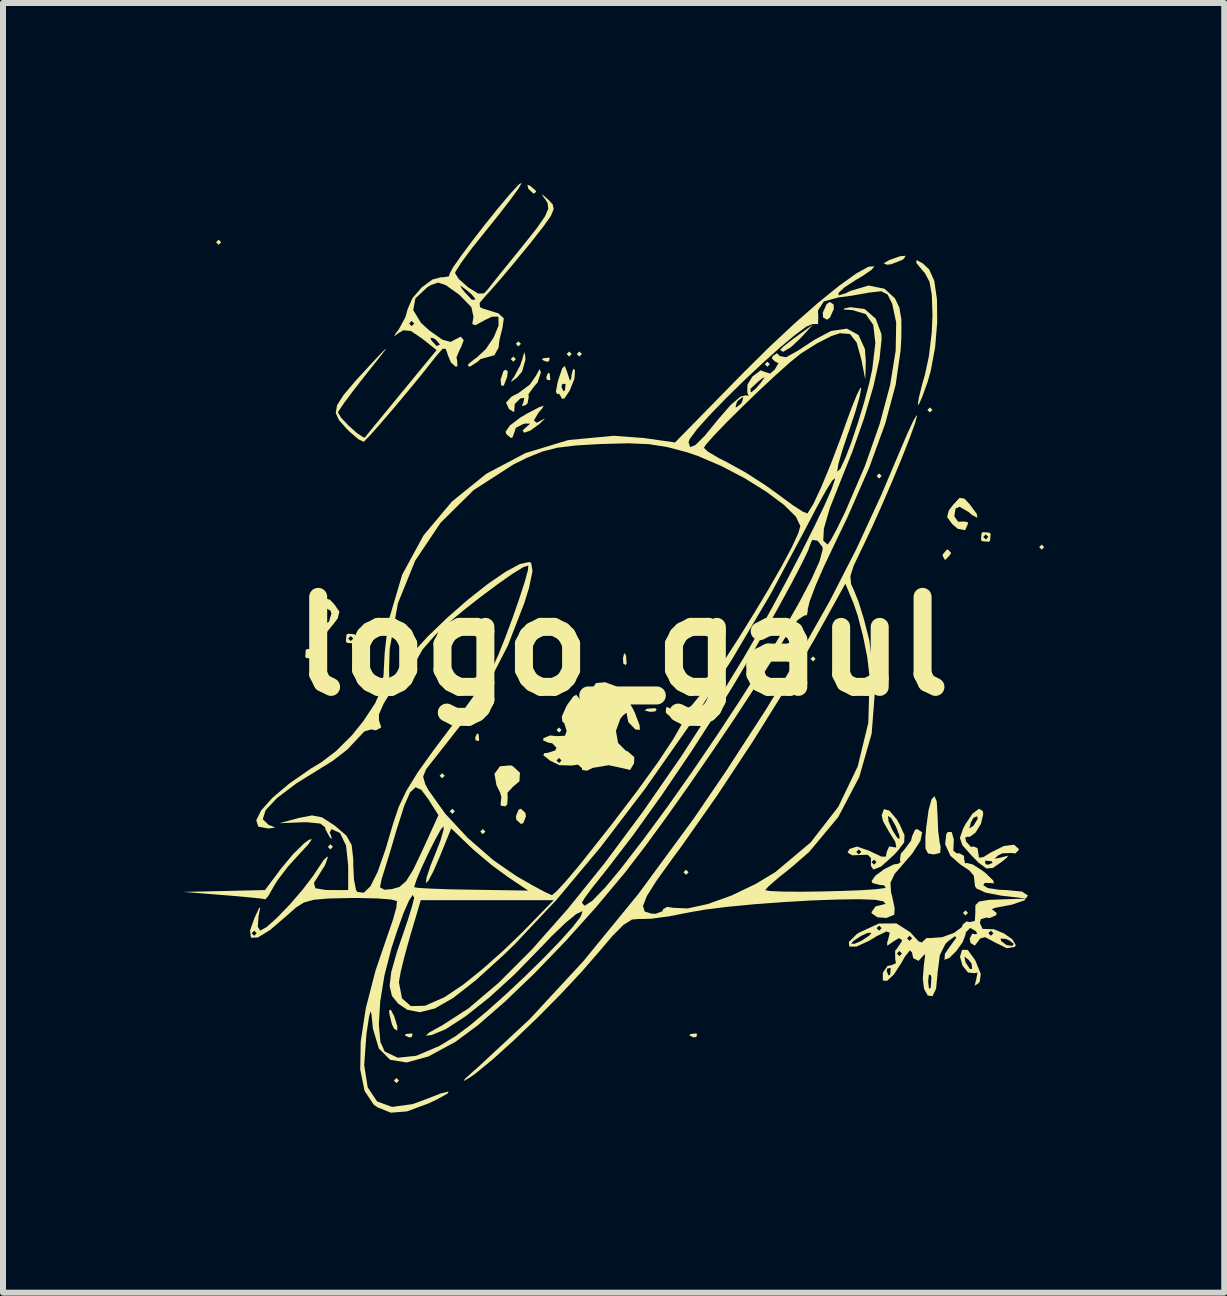
<source format=kicad_pcb>
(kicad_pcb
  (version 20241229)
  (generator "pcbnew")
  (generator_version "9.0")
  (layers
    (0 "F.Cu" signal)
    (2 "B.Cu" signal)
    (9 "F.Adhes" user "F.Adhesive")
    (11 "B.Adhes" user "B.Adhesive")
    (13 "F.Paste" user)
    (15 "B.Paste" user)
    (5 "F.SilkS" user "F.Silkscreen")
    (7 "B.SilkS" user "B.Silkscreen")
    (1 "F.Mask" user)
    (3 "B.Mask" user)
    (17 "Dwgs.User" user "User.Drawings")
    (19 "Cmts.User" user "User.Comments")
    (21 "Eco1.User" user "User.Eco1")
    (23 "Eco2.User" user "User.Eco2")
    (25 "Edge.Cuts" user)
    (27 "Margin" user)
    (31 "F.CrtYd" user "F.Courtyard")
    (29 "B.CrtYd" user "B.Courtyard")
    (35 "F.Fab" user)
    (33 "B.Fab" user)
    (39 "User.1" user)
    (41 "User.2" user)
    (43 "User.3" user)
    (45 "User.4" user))
  (footprint "logo_gaul"
    (layer "F.Cu")
    (at 7.324 7.718)
    (property "Reference" "logo_gaul" (at 0 0 0) (layer "F.SilkS") (effects (font (size 1.5 1.5) (thickness 0.3))))
    (attr board_only exclude_from_pos_files exclude_from_bom)
    (fp_poly (pts (xy 6.731 4.207) (xy 6.719 4.207) (xy 6.72 4.205)) (stroke (width 0) (type solid)) (fill yes) (layer "F.SilkS"))
    (fp_poly (pts (xy -6.689 -6.731) (xy -6.731 -6.689) (xy -6.773 -6.731) (xy -6.731 -6.773)) (stroke (width 0) (type solid)) (fill yes) (layer "F.SilkS"))
    (fp_poly (pts (xy -4.826 3.344) (xy -4.868 3.387) (xy -4.911 3.344) (xy -4.868 3.302)) (stroke (width 0) (type solid)) (fill yes) (layer "F.SilkS"))
    (fp_poly (pts (xy -3.725 7.239) (xy -3.768 7.281) (xy -3.81 7.239) (xy -3.768 7.197)) (stroke (width 0) (type solid)) (fill yes) (layer "F.SilkS"))
    (fp_poly (pts (xy -2.963 2.159) (xy -3.006 2.201) (xy -3.048 2.159) (xy -3.006 2.117)) (stroke (width 0) (type solid)) (fill yes) (layer "F.SilkS"))
    (fp_poly (pts (xy -2.794 2.752) (xy -2.836 2.794) (xy -2.879 2.752) (xy -2.836 2.709)) (stroke (width 0) (type solid)) (fill yes) (layer "F.SilkS"))
    (fp_poly (pts (xy -2.286 3.09) (xy -2.328 3.133) (xy -2.371 3.09) (xy -2.328 3.048)) (stroke (width 0) (type solid)) (fill yes) (layer "F.SilkS"))
    (fp_poly (pts (xy -1.778 -4.784) (xy -1.82 -4.741) (xy -1.863 -4.784) (xy -1.82 -4.826)) (stroke (width 0) (type solid)) (fill yes) (layer "F.SilkS"))
    (fp_poly (pts (xy -1.693 -5.038) (xy -1.736 -4.995) (xy -1.778 -5.038) (xy -1.736 -5.08)) (stroke (width 0) (type solid)) (fill yes) (layer "F.SilkS"))
    (fp_poly (pts (xy -1.016 1.397) (xy -1.058 1.439) (xy -1.101 1.397) (xy -1.058 1.355)) (stroke (width 0) (type solid)) (fill yes) (layer "F.SilkS"))
    (fp_poly (pts (xy -0.847 -4.868) (xy -0.889 -4.826) (xy -0.931 -4.868) (xy -0.889 -4.911)) (stroke (width 0) (type solid)) (fill yes) (layer "F.SilkS"))
    (fp_poly (pts (xy -0.677 -4.868) (xy -0.72 -4.826) (xy -0.762 -4.868) (xy -0.72 -4.911)) (stroke (width 0) (type solid)) (fill yes) (layer "F.SilkS"))
    (fp_poly (pts (xy 1.101 3.768) (xy 1.058 3.81) (xy 1.016 3.768) (xy 1.058 3.725)) (stroke (width 0) (type solid)) (fill yes) (layer "F.SilkS"))
    (fp_poly (pts (xy 2.455 -4.699) (xy 2.413 -4.657) (xy 2.371 -4.699) (xy 2.413 -4.741)) (stroke (width 0) (type solid)) (fill yes) (layer "F.SilkS"))
    (fp_poly (pts (xy 3.217 0.212) (xy 3.175 0.254) (xy 3.133 0.212) (xy 3.175 0.169)) (stroke (width 0) (type solid)) (fill yes) (layer "F.SilkS"))
    (fp_poly (pts (xy 4.318 -2.836) (xy 4.276 -2.794) (xy 4.233 -2.836) (xy 4.276 -2.879)) (stroke (width 0) (type solid)) (fill yes) (layer "F.SilkS"))
    (fp_poly (pts (xy 5.165 -3.937) (xy 5.122 -3.895) (xy 5.08 -3.937) (xy 5.122 -3.979)) (stroke (width 0) (type solid)) (fill yes) (layer "F.SilkS"))
    (fp_poly (pts (xy 5.757 4.445) (xy 5.715 4.487) (xy 5.673 4.445) (xy 5.715 4.403)) (stroke (width 0) (type solid)) (fill yes) (layer "F.SilkS"))
    (fp_poly (pts (xy 7.027 -1.651) (xy 6.985 -1.609) (xy 6.943 -1.651) (xy 6.985 -1.693)) (stroke (width 0) (type solid)) (fill yes) (layer "F.SilkS"))
    (fp_poly (pts (xy -3.5 6.463) (xy -3.511 6.513) (xy -3.556 6.519) (xy -3.626 6.488) (xy -3.612 6.463) (xy -3.512 6.453)) (stroke (width 0) (type solid)) (fill yes) (layer "F.SilkS"))
    (fp_poly (pts (xy -2.399 1.468) (xy -2.389 1.568) (xy -2.399 1.58) (xy -2.449 1.569) (xy -2.455 1.524) (xy -2.424 1.454)) (stroke (width 0) (type solid)) (fill yes) (layer "F.SilkS"))
    (fp_poly (pts (xy -1.214 -4.798) (xy -1.225 -4.747) (xy -1.27 -4.741) (xy -1.34 -4.772) (xy -1.326 -4.798) (xy -1.226 -4.808)) (stroke (width 0) (type solid)) (fill yes) (layer "F.SilkS"))
    (fp_poly (pts (xy -1.214 -4.544) (xy -1.203 -4.443) (xy -1.214 -4.431) (xy -1.264 -4.443) (xy -1.27 -4.487) (xy -1.239 -4.557)) (stroke (width 0) (type solid)) (fill yes) (layer "F.SilkS"))
    (fp_poly (pts (xy 0.058 0.153) (xy 0.068 0.286) (xy 0.051 0.316) (xy 0.013 0.29) (xy 0.007 0.205) (xy 0.027 0.114)) (stroke (width 0) (type solid)) (fill yes) (layer "F.SilkS"))
    (fp_poly (pts (xy 0.57 1.05) (xy 0.544 1.088) (xy 0.459 1.094) (xy 0.368 1.073) (xy 0.407 1.043) (xy 0.54 1.033)) (stroke (width 0) (type solid)) (fill yes) (layer "F.SilkS"))
    (fp_poly (pts (xy 1.242 6.463) (xy 1.23 6.513) (xy 1.185 6.519) (xy 1.116 6.488) (xy 1.129 6.463) (xy 1.229 6.453)) (stroke (width 0) (type solid)) (fill yes) (layer "F.SilkS"))
    (fp_poly (pts (xy -1.912 -4.582) (xy -1.923 -4.487) (xy -1.979 -4.341) (xy -2.021 -4.343) (xy -2.032 -4.44) (xy -1.986 -4.581) (xy -1.955 -4.609)) (stroke (width 0) (type solid)) (fill yes) (layer "F.SilkS"))
    (fp_poly (pts (xy -1.537 -7.67) (xy -1.447 -7.592) (xy -1.439 -7.573) (xy -1.48 -7.538) (xy -1.563 -7.616) (xy -1.574 -7.633) (xy -1.584 -7.691)) (stroke (width 0) (type solid)) (fill yes) (layer "F.SilkS"))
    (fp_poly (pts (xy -5.146 0.055) (xy -5.127 0.077) (xy -5.135 0.188) (xy -5.157 0.207) (xy -5.268 0.199) (xy -5.287 0.177) (xy -5.279 0.066) (xy -5.257 0.047)) (stroke (width 0) (type solid)) (fill yes) (layer "F.SilkS"))
    (fp_poly (pts (xy -3.803 6.172) (xy -3.753 6.335) (xy -3.755 6.408) (xy -3.808 6.373) (xy -3.842 6.304) (xy -3.886 6.128) (xy -3.889 6.068) (xy -3.86 6.059)) (stroke (width 0) (type solid)) (fill yes) (layer "F.SilkS"))
    (fp_poly (pts (xy -1.618 2.778) (xy -1.609 2.836) (xy -1.654 2.949) (xy -1.693 2.963) (xy -1.768 2.895) (xy -1.778 2.836) (xy -1.732 2.724) (xy -1.693 2.709)) (stroke (width 0) (type solid)) (fill yes) (layer "F.SilkS"))
    (fp_poly (pts (xy 0.843 1.077) (xy 0.847 1.101) (xy 0.818 1.183) (xy 0.809 1.185) (xy 0.737 1.126) (xy 0.72 1.101) (xy 0.726 1.023) (xy 0.757 1.016)) (stroke (width 0) (type solid)) (fill yes) (layer "F.SilkS"))
    (fp_poly (pts (xy 3.517 -5.696) (xy 3.521 -5.619) (xy 3.457 -5.476) (xy 3.407 -5.44) (xy 3.341 -5.48) (xy 3.337 -5.557) (xy 3.401 -5.7) (xy 3.451 -5.736)) (stroke (width 0) (type solid)) (fill yes) (layer "F.SilkS"))
    (fp_poly (pts (xy 4.691 -6.459) (xy 4.657 -6.435) (xy 4.476 -6.364) (xy 4.403 -6.357) (xy 4.352 -6.381) (xy 4.445 -6.435) (xy 4.625 -6.498) (xy 4.717 -6.506)) (stroke (width 0) (type solid)) (fill yes) (layer "F.SilkS"))
    (fp_poly (pts (xy 5.474 -1.557) (xy 5.461 -1.524) (xy 5.385 -1.443) (xy 5.371 -1.439) (xy 5.335 -1.505) (xy 5.334 -1.524) (xy 5.399 -1.605) (xy 5.424 -1.609)) (stroke (width 0) (type solid)) (fill yes) (layer "F.SilkS"))
    (fp_poly (pts (xy 2.97 -5.136) (xy 2.802 -4.979) (xy 2.675 -4.905) (xy 2.625 -4.937) (xy 2.625 -4.937) (xy 2.686 -4.998) (xy 2.84 -5.118) (xy 2.9 -5.162) (xy 3.175 -5.361)) (stroke (width 0) (type solid)) (fill yes) (layer "F.SilkS"))
    (fp_poly (pts (xy -1.623 -4.851) (xy -1.618 -4.773) (xy -1.673 -4.577) (xy -1.757 -4.477) (xy -1.857 -4.404) (xy -1.841 -4.443) (xy -1.808 -4.487) (xy -1.705 -4.68) (xy -1.67 -4.784) (xy -1.637 -4.899)) (stroke (width 0) (type solid)) (fill yes) (layer "F.SilkS"))
    (fp_poly (pts (xy 5.236 2.589) (xy 5.249 2.812) (xy 5.26 3.079) (xy 5.287 3.288) (xy 5.301 3.337) (xy 5.294 3.446) (xy 5.186 3.471) (xy 5.091 3.454) (xy 5.048 3.373) (xy 5.047 3.188) (xy 5.06 3.027) (xy 5.1 2.731) (xy 5.15 2.551) (xy 5.199 2.499)) (stroke (width 0) (type solid)) (fill yes) (layer "F.SilkS"))
    (fp_poly (pts (xy -4.469 -0.199) (xy -4.449 -0.177) (xy -4.458 -0.066) (xy -4.48 -0.047) (xy -4.591 -0.055) (xy -4.61 -0.077) (xy -4.606 -0.127) (xy -4.572 -0.127) (xy -4.53 -0.085) (xy -4.487 -0.127) (xy -4.53 -0.169) (xy -4.572 -0.127) (xy -4.606 -0.127) (xy -4.601 -0.188) (xy -4.579 -0.207)) (stroke (width 0) (type solid)) (fill yes) (layer "F.SilkS"))
    (fp_poly (pts (xy 6.115 -1.892) (xy 6.134 -1.87) (xy 6.125 -1.759) (xy 6.103 -1.74) (xy 5.993 -1.749) (xy 5.973 -1.771) (xy 5.977 -1.82) (xy 6.011 -1.82) (xy 6.054 -1.778) (xy 6.096 -1.82) (xy 6.054 -1.863) (xy 6.011 -1.82) (xy 5.977 -1.82) (xy 5.982 -1.881) (xy 6.004 -1.901)) (stroke (width 0) (type solid)) (fill yes) (layer "F.SilkS"))
    (fp_poly (pts (xy -1.831 1.997) (xy -1.71 2.109) (xy -1.718 2.252) (xy -1.825 2.342) (xy -1.917 2.441) (xy -1.914 2.506) (xy -1.921 2.637) (xy -1.951 2.669) (xy -2.026 2.659) (xy -2.032 2.63) (xy -2.021 2.526) (xy -2.018 2.519) (xy -2.041 2.438) (xy -2.101 2.316) (xy -2.134 2.127) (xy -2.043 2.002) (xy -1.866 1.986)) (stroke (width 0) (type solid)) (fill yes) (layer "F.SilkS"))
    (fp_poly (pts (xy -5.235 3.302) (xy -5.363 3.439) (xy -5.575 3.673) (xy -5.75 3.902) (xy -5.81 4) (xy -5.899 4.157) (xy -5.949 4.218) (xy -5.95 4.218) (xy -6.037 4.204) (xy -6.252 4.183) (xy -6.552 4.156) (xy -6.646 4.149) (xy -7.324 4.095) (xy -6.641 4.08) (xy -5.958 4.064) (xy -5.688 3.703) (xy -5.495 3.471) (xy -5.307 3.286) (xy -5.227 3.226) (xy -5.177 3.215)) (stroke (width 0) (type solid)) (fill yes) (layer "F.SilkS"))
    (fp_poly (pts (xy 5.695 -2.461) (xy 5.787 -2.363) (xy 5.903 -2.205) (xy 5.914 -2.139) (xy 5.824 -2.186) (xy 5.766 -2.236) (xy 5.617 -2.324) (xy 5.549 -2.292) (xy 5.529 -2.163) (xy 5.593 -2.073) (xy 5.679 -2.078) (xy 5.752 -2.068) (xy 5.757 -2.042) (xy 5.709 -1.933) (xy 5.588 -1.955) (xy 5.496 -2.032) (xy 5.409 -2.151) (xy 5.436 -2.26) (xy 5.504 -2.35) (xy 5.615 -2.471)) (stroke (width 0) (type solid)) (fill yes) (layer "F.SilkS"))
    (fp_poly (pts (xy -4.875 -0.773) (xy -4.804 -0.699) (xy -4.718 -0.575) (xy -4.746 -0.464) (xy -4.814 -0.373) (xy -4.958 -0.196) (xy -5.091 -0.373) (xy -5.149 -0.472) (xy -5.055 -0.472) (xy -5.038 -0.423) (xy -4.944 -0.373) (xy -4.892 -0.409) (xy -4.851 -0.544) (xy -4.868 -0.593) (xy -4.962 -0.643) (xy -5.014 -0.607) (xy -5.055 -0.472) (xy -5.149 -0.472) (xy -5.176 -0.518) (xy -5.145 -0.626) (xy -5.08 -0.699) (xy -4.964 -0.8)) (stroke (width 0) (type solid)) (fill yes) (layer "F.SilkS"))
    (fp_poly (pts (xy -1.36 -4.563) (xy -1.36 -4.561) (xy -1.416 -4.394) (xy -1.481 -4.319) (xy -1.566 -4.202) (xy -1.564 -4.145) (xy -1.583 -4.046) (xy -1.62 -4.014) (xy -1.679 -4.002) (xy -1.652 -4.062) (xy -1.637 -4.138) (xy -1.703 -4.128) (xy -1.796 -4.037) (xy -1.799 -3.99) (xy -1.806 -3.899) (xy -1.891 -3.951) (xy -1.942 -4.059) (xy -1.848 -4.16) (xy -1.733 -4.219) (xy -1.543 -4.361) (xy -1.442 -4.508) (xy -1.383 -4.618)) (stroke (width 0) (type solid)) (fill yes) (layer "F.SilkS"))
    (fp_poly (pts (xy 5.004 -6.378) (xy 5.109 -6.28) (xy 5.195 -6.088) (xy 5.24 -5.777) (xy 5.244 -5.392) (xy 5.209 -4.979) (xy 5.135 -4.582) (xy 5.084 -4.403) (xy 5 -4.17) (xy 4.941 -4.034) (xy 4.92 -4.022) (xy 4.939 -4.146) (xy 4.995 -4.371) (xy 5.039 -4.522) (xy 5.106 -4.836) (xy 5.152 -5.223) (xy 5.165 -5.517) (xy 5.154 -5.855) (xy 5.115 -6.073) (xy 5.037 -6.219) (xy 4.995 -6.265) (xy 4.897 -6.385) (xy 4.898 -6.435) (xy 4.898 -6.435)) (stroke (width 0) (type solid)) (fill yes) (layer "F.SilkS"))
    (fp_poly (pts (xy -1.342 -3.957) (xy -1.397 -3.895) (xy -1.477 -3.762) (xy -1.431 -3.722) (xy -1.306 -3.789) (xy -1.296 -3.789) (xy -1.383 -3.704) (xy -1.54 -3.591) (xy -1.639 -3.557) (xy -1.665 -3.595) (xy -1.609 -3.647) (xy -1.538 -3.709) (xy -1.617 -3.71) (xy -1.651 -3.704) (xy -1.779 -3.638) (xy -1.799 -3.572) (xy -1.833 -3.479) (xy -1.863 -3.471) (xy -1.941 -3.538) (xy -1.947 -3.577) (xy -1.878 -3.677) (xy -1.704 -3.809) (xy -1.595 -3.874) (xy -1.39 -3.982) (xy -1.313 -4.009)) (stroke (width 0) (type solid)) (fill yes) (layer "F.SilkS"))
    (fp_poly (pts (xy 5.872 5.226) (xy 5.884 5.249) (xy 5.97 5.462) (xy 5.952 5.591) (xy 5.929 5.619) (xy 5.867 5.659) (xy 5.891 5.561) (xy 5.894 5.553) (xy 5.915 5.44) (xy 5.861 5.449) (xy 5.757 5.438) (xy 5.666 5.324) (xy 5.623 5.175) (xy 5.624 5.173) (xy 5.697 5.173) (xy 5.714 5.258) (xy 5.72 5.274) (xy 5.788 5.378) (xy 5.826 5.379) (xy 5.816 5.289) (xy 5.768 5.227) (xy 5.697 5.173) (xy 5.624 5.173) (xy 5.658 5.061) (xy 5.752 5.061)) (stroke (width 0) (type solid)) (fill yes) (layer "F.SilkS"))
    (fp_poly (pts (xy -0.924 -4.572) (xy -0.919 -4.554) (xy -0.876 -4.426) (xy -0.856 -4.457) (xy -0.848 -4.53) (xy -0.821 -4.624) (xy -0.792 -4.598) (xy -0.801 -4.459) (xy -0.878 -4.264) (xy -0.88 -4.26) (xy -0.967 -4.13) (xy -1.011 -4.121) (xy -1.013 -4.132) (xy -1.056 -4.207) (xy -1.087 -4.199) (xy -1.111 -4.24) (xy -1.096 -4.318) (xy -1.016 -4.318) (xy -0.985 -4.248) (xy -0.96 -4.262) (xy -0.949 -4.362) (xy -0.96 -4.374) (xy -1.01 -4.363) (xy -1.016 -4.318) (xy -1.096 -4.318) (xy -1.082 -4.395) (xy -1.066 -4.451) (xy -1.003 -4.634) (xy -0.963 -4.669)) (stroke (width 0) (type solid)) (fill yes) (layer "F.SilkS"))
    (fp_poly (pts (xy 5.486 3.098) (xy 5.521 3.22) (xy 5.513 3.408) (xy 5.568 3.453) (xy 5.609 3.45) (xy 5.691 3.493) (xy 5.692 3.541) (xy 5.707 3.619) (xy 5.734 3.613) (xy 5.834 3.636) (xy 6.002 3.744) (xy 6.054 3.785) (xy 6.177 3.905) (xy 6.19 3.955) (xy 6.16 3.949) (xy 6.037 3.944) (xy 6.011 3.982) (xy 6.087 4.031) (xy 6.279 4.06) (xy 6.399 4.064) (xy 6.656 4.09) (xy 6.756 4.155) (xy 6.72 4.205) (xy 6.308 4.157) (xy 6.05 4.107) (xy 5.897 4.037) (xy 5.874 4) (xy 5.856 3.847) (xy 5.853 3.824) (xy 5.778 3.736) (xy 5.637 3.644) (xy 5.464 3.493) (xy 5.376 3.301) (xy 5.395 3.13) (xy 5.421 3.096)) (stroke (width 0) (type solid)) (fill yes) (layer "F.SilkS"))
    (fp_poly (pts (xy 4.449 2.742) (xy 4.571 2.888) (xy 4.619 2.973) (xy 4.699 3.149) (xy 4.693 3.271) (xy 4.586 3.411) (xy 4.521 3.481) (xy 4.309 3.672) (xy 4.18 3.722) (xy 4.139 3.662) (xy 4.139 3.598) (xy 4.149 3.598) (xy 4.191 3.641) (xy 4.233 3.598) (xy 4.191 3.556) (xy 4.149 3.598) (xy 4.139 3.598) (xy 4.14 3.531) (xy 4.086 3.477) (xy 4.044 3.477) (xy 3.827 3.485) (xy 3.75 3.439) (xy 3.755 3.429) (xy 3.895 3.429) (xy 3.937 3.471) (xy 3.979 3.429) (xy 3.937 3.387) (xy 3.895 3.429) (xy 3.755 3.429) (xy 3.783 3.379) (xy 3.907 3.339) (xy 4.114 3.411) (xy 4.139 3.424) (xy 4.315 3.507) (xy 4.388 3.507) (xy 4.403 3.426) (xy 4.443 3.337) (xy 4.487 3.344) (xy 4.562 3.356) (xy 4.546 3.263) (xy 4.445 3.099) (xy 4.442 3.095) (xy 4.344 2.923) (xy 4.32 2.829) (xy 4.424 2.829) (xy 4.433 2.918) (xy 4.497 3.065) (xy 4.575 3.188) (xy 4.615 3.217) (xy 4.613 3.152) (xy 4.556 3.005) (xy 4.476 2.863) (xy 4.424 2.829) (xy 4.32 2.829) (xy 4.318 2.82) (xy 4.356 2.715)) (stroke (width 0) (type solid)) (fill yes) (layer "F.SilkS"))
    (fp_poly (pts (xy 6.005 2.748) (xy 6.011 2.8) (xy 5.972 2.961) (xy 5.882 3.108) (xy 5.784 3.179) (xy 5.754 3.173) (xy 5.71 3.191) (xy 5.725 3.255) (xy 5.804 3.344) (xy 5.851 3.339) (xy 5.915 3.365) (xy 5.927 3.434) (xy 5.94 3.525) (xy 6.011 3.515) (xy 6.135 3.439) (xy 6.355 3.33) (xy 6.525 3.309) (xy 6.603 3.38) (xy 6.604 3.396) (xy 6.544 3.455) (xy 6.49 3.446) (xy 6.329 3.452) (xy 6.258 3.487) (xy 6.199 3.542) (xy 6.288 3.527) (xy 6.308 3.521) (xy 6.425 3.491) (xy 6.405 3.525) (xy 6.313 3.598) (xy 6.17 3.696) (xy 6.063 3.704) (xy 5.934 3.609) (xy 5.91 3.584) (xy 6.04 3.584) (xy 6.051 3.635) (xy 6.096 3.641) (xy 6.166 3.61) (xy 6.152 3.584) (xy 6.052 3.574) (xy 6.04 3.584) (xy 5.91 3.584) (xy 5.809 3.481) (xy 5.662 3.315) (xy 5.622 3.195) (xy 5.673 3.047) (xy 5.677 3.037) (xy 5.779 3.037) (xy 5.841 2.997) (xy 5.853 2.986) (xy 5.919 2.875) (xy 5.91 2.834) (xy 5.847 2.86) (xy 5.805 2.939) (xy 5.779 3.037) (xy 5.677 3.037) (xy 5.71 2.973) (xy 5.832 2.79) (xy 5.941 2.709)) (stroke (width 0) (type solid)) (fill yes) (layer "F.SilkS"))
    (fp_poly (pts (xy -0.102 0.671) (xy -0.061 0.699) (xy 0.062 0.844) (xy 0.187 1.069) (xy 0.209 1.119) (xy 0.284 1.317) (xy 0.289 1.395) (xy 0.223 1.389) (xy 0.212 1.385) (xy 0.098 1.268) (xy 0.082 1.197) (xy 0.067 1.109) (xy 0.006 1.156) (xy -0.036 1.21) (xy -0.11 1.412) (xy -0.074 1.613) (xy 0.057 1.744) (xy 0.088 1.754) (xy 0.196 1.849) (xy 0.192 1.953) (xy 0.126 2.063) (xy 0.001 2.033) (xy -0.231 1.984) (xy -0.494 2.028) (xy -0.593 2.075) (xy -0.671 2.064) (xy -0.677 2.031) (xy -0.743 1.974) (xy -0.846 1.989) (xy -1.049 1.983) (xy -1.203 1.91) (xy -1.21 1.905) (xy -1.101 1.905) (xy -1.058 1.947) (xy -1.016 1.905) (xy -1.058 1.863) (xy -1.101 1.905) (xy -1.21 1.905) (xy -1.321 1.816) (xy -1.3 1.781) (xy -1.247 1.778) (xy -1.122 1.738) (xy -1.101 1.693) (xy -1.17 1.619) (xy -1.233 1.609) (xy -1.323 1.571) (xy -1.317 1.532) (xy -1.208 1.488) (xy -1.101 1.499) (xy -0.96 1.493) (xy -0.931 1.414) (xy -0.971 1.282) (xy -1.003 1.256) (xy -1.012 1.174) (xy -0.94 1.01) (xy -0.919 0.974) (xy -0.818 0.835) (xy -0.765 0.808) (xy -0.762 0.823) (xy -0.701 0.888) (xy -0.635 0.877) (xy -0.522 0.771) (xy -0.508 0.711) (xy -0.443 0.615) (xy -0.288 0.601)) (stroke (width 0) (type solid)) (fill yes) (layer "F.SilkS"))
    (fp_poly (pts (xy 4.907 -3.841) (xy 4.876 -3.719) (xy 4.789 -3.478) (xy 4.661 -3.152) (xy 4.506 -2.776) (xy 4.337 -2.383) (xy 4.17 -2.009) (xy 4.019 -1.689) (xy 3.981 -1.611) (xy 3.852 -1.341) (xy 3.797 -1.167) (xy 3.808 -1.037) (xy 3.857 -0.929) (xy 3.932 -0.743) (xy 4.022 -0.453) (xy 4.108 -0.117) (xy 4.113 -0.096) (xy 4.211 0.689) (xy 4.152 1.456) (xy 3.944 2.182) (xy 3.595 2.847) (xy 3.111 3.428) (xy 2.821 3.68) (xy 2.597 3.86) (xy 2.437 3.999) (xy 2.377 4.064) (xy 2.452 4.08) (xy 2.656 4.089) (xy 2.95 4.092) (xy 3.293 4.088) (xy 3.647 4.079) (xy 3.97 4.067) (xy 4.224 4.05) (xy 4.369 4.031) (xy 4.386 4.024) (xy 4.358 3.986) (xy 4.29 3.979) (xy 4.168 3.948) (xy 4.149 3.915) (xy 4.215 3.823) (xy 4.364 3.714) (xy 4.522 3.636) (xy 4.599 3.625) (xy 4.634 3.593) (xy 4.622 3.568) (xy 4.637 3.458) (xy 4.7 3.386) (xy 4.807 3.242) (xy 4.826 3.165) (xy 4.875 3.059) (xy 4.911 3.048) (xy 4.993 3.102) (xy 4.963 3.246) (xy 4.829 3.455) (xy 4.706 3.597) (xy 4.534 3.796) (xy 4.465 3.943) (xy 4.475 4.101) (xy 4.493 4.169) (xy 4.534 4.362) (xy 4.529 4.473) (xy 4.526 4.476) (xy 4.398 4.529) (xy 4.245 4.517) (xy 4.152 4.451) (xy 4.149 4.431) (xy 4.218 4.335) (xy 4.297 4.317) (xy 4.384 4.294) (xy 4.348 4.253) (xy 4.215 4.227) (xy 3.947 4.217) (xy 3.577 4.222) (xy 3.139 4.238) (xy 2.666 4.266) (xy 2.191 4.301) (xy 1.747 4.344) (xy 1.369 4.391) (xy 1.101 4.438) (xy 0.768 4.503) (xy 0.478 4.542) (xy 0.289 4.547) (xy 0.275 4.545) (xy 0.156 4.556) (xy 0.016 4.644) (xy -0.171 4.832) (xy -0.381 5.08) (xy -0.677 5.421) (xy -1.035 5.804) (xy -1.423 6.196) (xy -1.81 6.567) (xy -2.163 6.886) (xy -2.45 7.121) (xy -2.54 7.184) (xy -2.648 7.248) (xy -2.625 7.209) (xy -2.472 7.071) (xy -2.413 7.02) (xy -1.545 6.213) (xy -0.651 5.247) (xy 0.098 4.331) (xy 0.341 4.331) (xy 0.37 4.422) (xy 0.486 4.457) (xy 0.554 4.459) (xy 0.664 4.417) (xy 0.677 4.383) (xy 0.744 4.344) (xy 0.847 4.36) (xy 1.086 4.37) (xy 1.421 4.297) (xy 1.814 4.156) (xy 2.221 3.961) (xy 2.546 3.765) (xy 3.135 3.27) (xy 3.596 2.676) (xy 3.919 2.004) (xy 4.096 1.275) (xy 4.117 0.51) (xy 4.078 0.183) (xy 4.007 -0.17) (xy 3.92 -0.506) (xy 3.848 -0.718) (xy 3.713 -1.041) (xy 3.206 -0.128) (xy 2.723 0.703) (xy 2.165 1.598) (xy 1.571 2.497) (xy 0.979 3.34) (xy 0.831 3.54) (xy 0.566 3.909) (xy 0.404 4.166) (xy 0.341 4.331) (xy 0.098 4.331) (xy 0.262 4.131) (xy 1.187 2.872) (xy 1.73 2.074) (xy 2.391 1.054) (xy 2.959 0.123) (xy 3.455 -0.757) (xy 3.898 -1.622) (xy 4.308 -2.511) (xy 4.624 -3.256) (xy 4.748 -3.547) (xy 4.844 -3.753) (xy 4.899 -3.846)) (stroke (width 0) (type solid)) (fill yes) (layer "F.SilkS"))
    (fp_poly (pts (xy 6.699 4.235) (xy 6.488 4.308) (xy 6.386 4.327) (xy 6.206 4.361) (xy 6.147 4.386) (xy 6.164 4.391) (xy 6.236 4.447) (xy 6.225 4.484) (xy 6.115 4.532) (xy 6.065 4.522) (xy 5.97 4.55) (xy 5.955 4.613) (xy 6 4.711) (xy 6.047 4.713) (xy 6.187 4.717) (xy 6.355 4.786) (xy 6.495 4.884) (xy 6.552 4.98) (xy 6.538 5.01) (xy 6.403 5.033) (xy 6.217 4.942) (xy 6.086 4.872) (xy 6.301 4.872) (xy 6.308 4.912) (xy 6.399 4.982) (xy 6.496 4.994) (xy 6.519 4.962) (xy 6.453 4.908) (xy 6.388 4.878) (xy 6.301 4.872) (xy 6.086 4.872) (xy 6.041 4.849) (xy 5.956 4.872) (xy 5.947 4.891) (xy 5.87 4.99) (xy 5.798 4.946) (xy 5.786 4.872) (xy 5.828 4.791) (xy 5.869 4.8) (xy 5.911 4.796) (xy 5.905 4.784) (xy 6.096 4.784) (xy 6.138 4.826) (xy 6.181 4.784) (xy 6.138 4.741) (xy 6.096 4.784) (xy 5.905 4.784) (xy 5.889 4.749) (xy 5.793 4.695) (xy 5.72 4.77) (xy 5.714 4.812) (xy 5.668 4.932) (xy 5.563 5.079) (xy 5.447 5.195) (xy 5.367 5.226) (xy 5.365 5.224) (xy 5.372 5.127) (xy 5.461 4.996) (xy 5.561 4.861) (xy 5.542 4.832) (xy 5.425 4.918) (xy 5.382 4.959) (xy 5.288 5.148) (xy 5.25 5.442) (xy 5.249 5.467) (xy 5.225 5.708) (xy 5.165 5.833) (xy 5.086 5.821) (xy 5.025 5.712) (xy 5.009 5.588) (xy 5.093 5.588) (xy 5.107 5.708) (xy 5.136 5.694) (xy 5.147 5.52) (xy 5.136 5.482) (xy 5.105 5.472) (xy 5.093 5.588) (xy 5.009 5.588) (xy 5.004 5.541) (xy 5.022 5.31) (xy 5.042 5.157) (xy 5.031 5.131) (xy 5.025 5.144) (xy 4.933 5.244) (xy 4.845 5.2) (xy 4.822 5.101) (xy 4.789 5.069) (xy 4.703 5.178) (xy 4.651 5.271) (xy 4.521 5.472) (xy 4.408 5.577) (xy 4.338 5.571) (xy 4.338 5.44) (xy 4.353 5.419) (xy 4.403 5.419) (xy 4.434 5.488) (xy 4.459 5.475) (xy 4.469 5.375) (xy 4.459 5.362) (xy 4.409 5.374) (xy 4.403 5.419) (xy 4.353 5.419) (xy 4.416 5.327) (xy 4.482 5.316) (xy 4.556 5.283) (xy 4.544 5.213) (xy 4.543 5.122) (xy 4.572 5.122) (xy 4.614 5.165) (xy 4.657 5.122) (xy 4.614 5.08) (xy 4.572 5.122) (xy 4.543 5.122) (xy 4.543 5.075) (xy 4.576 5.035) (xy 4.654 4.918) (xy 4.657 4.895) (xy 4.61 4.868) (xy 4.741 4.868) (xy 4.784 4.911) (xy 4.826 4.868) (xy 4.784 4.826) (xy 4.741 4.868) (xy 4.61 4.868) (xy 4.606 4.866) (xy 4.514 4.921) (xy 4.412 4.992) (xy 4.409 4.939) (xy 4.426 4.889) (xy 4.453 4.775) (xy 4.397 4.755) (xy 4.237 4.832) (xy 4.102 4.913) (xy 3.897 5.007) (xy 3.778 5.005) (xy 3.774 4.959) (xy 3.81 4.959) (xy 3.872 4.958) (xy 3.979 4.911) (xy 4.112 4.823) (xy 4.149 4.778) (xy 4.086 4.778) (xy 3.979 4.826) (xy 3.846 4.913) (xy 3.81 4.959) (xy 3.774 4.959) (xy 3.772 4.929) (xy 3.903 4.799) (xy 3.937 4.776) (xy 4.104 4.699) (xy 4.233 4.699) (xy 4.276 4.741) (xy 4.318 4.699) (xy 4.276 4.657) (xy 4.233 4.699) (xy 4.104 4.699) (xy 4.272 4.622) (xy 4.565 4.62) (xy 4.799 4.77) (xy 4.822 4.797) (xy 4.936 4.921) (xy 4.994 4.939) (xy 4.995 4.93) (xy 5.063 4.865) (xy 5.144 4.863) (xy 5.328 4.849) (xy 5.522 4.779) (xy 5.652 4.683) (xy 5.673 4.634) (xy 5.734 4.587) (xy 5.787 4.598) (xy 5.871 4.579) (xy 5.879 4.438) (xy 5.88 4.317) (xy 5.941 4.255) (xy 6.105 4.228) (xy 6.294 4.22) (xy 6.719 4.207)) (stroke (width 0) (type solid)) (fill yes) (layer "F.SilkS"))
    (fp_poly (pts (xy -1.738 -7.62) (xy -1.874 -7.433) (xy -2.073 -7.176) (xy -2.301 -6.893) (xy -2.518 -6.621) (xy -2.685 -6.395) (xy -2.779 -6.248) (xy -2.791 -6.216) (xy -2.727 -6.117) (xy -2.576 -5.983) (xy -2.567 -5.977) (xy -2.404 -5.875) (xy -2.308 -5.88) (xy -2.252 -5.938) (xy -2.159 -6.056) (xy -1.989 -6.268) (xy -1.771 -6.537) (xy -1.662 -6.672) (xy -1.429 -6.965) (xy -1.293 -7.161) (xy -1.237 -7.291) (xy -1.248 -7.383) (xy -1.277 -7.43) (xy -1.347 -7.528) (xy -1.314 -7.509) (xy -1.231 -7.434) (xy -1.163 -7.361) (xy -1.147 -7.282) (xy -1.195 -7.168) (xy -1.323 -6.987) (xy -1.542 -6.709) (xy -1.572 -6.672) (xy -1.816 -6.375) (xy -2.042 -6.107) (xy -2.214 -5.911) (xy -2.262 -5.86) (xy -2.381 -5.721) (xy -2.376 -5.65) (xy -2.327 -5.627) (xy -2.129 -5.565) (xy -2.068 -5.546) (xy -1.978 -5.462) (xy -1.999 -5.313) (xy -2.052 -5.096) (xy -2.066 -4.974) (xy -2.136 -4.848) (xy -2.214 -4.826) (xy -2.369 -4.783) (xy -2.413 -4.741) (xy -2.536 -4.662) (xy -2.566 -4.659) (xy -2.574 -4.697) (xy -2.462 -4.788) (xy -2.436 -4.804) (xy -2.279 -4.949) (xy -2.146 -5.147) (xy -2.066 -5.343) (xy -2.068 -5.48) (xy -2.078 -5.493) (xy -2.176 -5.49) (xy -2.289 -5.437) (xy -2.45 -5.348) (xy -2.504 -5.367) (xy -2.484 -5.489) (xy -2.519 -5.649) (xy -2.707 -5.844) (xy -2.749 -5.877) (xy -2.938 -6.011) (xy -2.704 -6.011) (xy -2.683 -5.967) (xy -2.635 -5.905) (xy -2.512 -5.774) (xy -2.457 -5.774) (xy -2.455 -5.789) (xy -2.513 -5.86) (xy -2.603 -5.937) (xy -2.704 -6.011) (xy -2.938 -6.011) (xy -2.946 -6.016) (xy -3.073 -6.059) (xy -3.192 -6.019) (xy -3.252 -5.982) (xy -3.452 -5.796) (xy -3.488 -5.601) (xy -3.358 -5.387) (xy -3.219 -5.261) (xy -3.001 -5.107) (xy -2.864 -5.07) (xy -2.807 -5.101) (xy -2.695 -5.158) (xy -2.646 -5.098) (xy -2.696 -4.969) (xy -2.705 -4.959) (xy -2.767 -4.814) (xy -2.754 -4.745) (xy -2.752 -4.664) (xy -2.779 -4.657) (xy -2.86 -4.728) (xy -2.907 -4.842) (xy -2.946 -4.955) (xy -2.999 -4.955) (xy -3.106 -4.833) (xy -3.148 -4.779) (xy -3.339 -4.538) (xy -3.566 -4.261) (xy -3.803 -3.978) (xy -4.022 -3.723) (xy -4.197 -3.525) (xy -4.301 -3.417) (xy -4.315 -3.406) (xy -4.401 -3.448) (xy -4.552 -3.577) (xy -4.609 -3.636) (xy -4.726 -3.768) (xy -4.779 -3.884) (xy -4.758 -4.013) (xy -4.652 -4.182) (xy -4.45 -4.421) (xy -4.194 -4.699) (xy -4.02 -4.884) (xy -3.942 -4.962) (xy -3.962 -4.926) (xy -4.083 -4.77) (xy -4.271 -4.534) (xy -4.48 -4.267) (xy -4.642 -4.05) (xy -4.731 -3.917) (xy -4.741 -3.893) (xy -4.689 -3.806) (xy -4.566 -3.676) (xy -4.425 -3.551) (xy -4.318 -3.479) (xy -4.293 -3.478) (xy -4.232 -3.554) (xy -4.086 -3.733) (xy -3.879 -3.985) (xy -3.683 -4.224) (xy -3.099 -4.934) (xy -3.345 -5.13) (xy -3.361 -5.14) (xy -3.204 -5.14) (xy -3.183 -5.093) (xy -3.098 -5.002) (xy -3.049 -5.021) (xy -3.048 -5.033) (xy -3.108 -5.104) (xy -3.146 -5.13) (xy -3.204 -5.14) (xy -3.361 -5.14) (xy -3.528 -5.253) (xy -3.653 -5.264) (xy -3.722 -5.224) (xy -3.806 -5.164) (xy -3.78 -5.213) (xy -3.729 -5.279) (xy -3.676 -5.376) (xy -3.556 -5.376) (xy -3.514 -5.334) (xy -3.471 -5.376) (xy -3.514 -5.419) (xy -3.556 -5.376) (xy -3.676 -5.376) (xy -3.617 -5.486) (xy -3.581 -5.617) (xy -3.502 -5.798) (xy -3.347 -5.978) (xy -3.166 -6.111) (xy -3.012 -6.151) (xy -2.995 -6.146) (xy -2.893 -6.163) (xy -2.879 -6.211) (xy -2.829 -6.305) (xy -2.697 -6.496) (xy -2.509 -6.747) (xy -2.293 -7.026) (xy -2.075 -7.297) (xy -1.882 -7.527) (xy -1.739 -7.682) (xy -1.715 -7.705) (xy -1.68 -7.718)) (stroke (width 0) (type solid)) (fill yes) (layer "F.SilkS"))
    (fp_poly (pts (xy 4.152 -6.273) (xy 3.997 -6.167) (xy 3.888 -6.103) (xy 3.698 -5.979) (xy 3.599 -5.886) (xy 3.602 -5.845) (xy 3.719 -5.881) (xy 3.797 -5.92) (xy 4.1 -6.01) (xy 4.366 -5.956) (xy 4.54 -5.796) (xy 4.613 -5.643) (xy 4.647 -5.442) (xy 4.647 -5.147) (xy 4.634 -4.929) (xy 4.552 -4.358) (xy 4.379 -3.713) (xy 4.112 -2.978) (xy 3.743 -2.137) (xy 3.541 -1.718) (xy 3.359 -1.334) (xy 3.214 -1.001) (xy 3.119 -0.749) (xy 3.085 -0.61) (xy 3.088 -0.596) (xy 3.074 -0.519) (xy 3.024 -0.508) (xy 2.922 -0.439) (xy 2.782 -0.26) (xy 2.672 -0.079) (xy 2.475 0.258) (xy 2.198 0.698) (xy 1.863 1.211) (xy 1.491 1.762) (xy 1.105 2.322) (xy 0.725 2.859) (xy 0.374 3.339) (xy 0.072 3.733) (xy 0.044 3.769) (xy -0.44 4.348) (xy -0.952 4.918) (xy -1.467 5.452) (xy -1.96 5.925) (xy -2.406 6.313) (xy -2.778 6.589) (xy -2.786 6.594) (xy -3.234 6.837) (xy -3.597 6.937) (xy -3.873 6.893) (xy -4.061 6.705) (xy -4.159 6.375) (xy -4.166 6.308) (xy -4.167 6.302) (xy -4.061 6.302) (xy -4.035 6.595) (xy -3.962 6.756) (xy -3.745 6.858) (xy -3.438 6.826) (xy -3.054 6.663) (xy -2.783 6.499) (xy -2.548 6.324) (xy -2.262 6.085) (xy -1.947 5.804) (xy -1.624 5.501) (xy -1.317 5.199) (xy -1.045 4.918) (xy -0.832 4.681) (xy -0.699 4.509) (xy -0.667 4.423) (xy -0.674 4.418) (xy -0.77 4.463) (xy -0.949 4.61) (xy -1.182 4.834) (xy -1.37 5.03) (xy -1.799 5.47) (xy -2.221 5.855) (xy -2.613 6.166) (xy -2.947 6.383) (xy -3.184 6.481) (xy -3.278 6.49) (xy -3.222 6.438) (xy -3.013 6.323) (xy -3.006 6.319) (xy -2.565 6.034) (xy -2.064 5.609) (xy -1.512 5.056) (xy -0.921 4.388) (xy -0.829 4.274) (xy -0.677 4.274) (xy -0.633 4.327) (xy -0.502 4.242) (xy -0.29 4.022) (xy -0.05 3.735) (xy 0.345 3.224) (xy 0.757 2.665) (xy 1.173 2.074) (xy 1.583 1.471) (xy 1.976 0.873) (xy 2.339 0.297) (xy 2.663 -0.237) (xy 2.936 -0.714) (xy 3.147 -1.114) (xy 3.284 -1.419) (xy 3.336 -1.613) (xy 3.331 -1.654) (xy 3.25 -1.758) (xy 3.162 -1.771) (xy 3.133 -1.708) (xy 3.092 -1.592) (xy 2.978 -1.358) (xy 2.808 -1.032) (xy 2.595 -0.642) (xy 2.354 -0.213) (xy 2.1 0.226) (xy 1.849 0.65) (xy 1.644 0.984) (xy 1.155 1.742) (xy 0.659 2.475) (xy 0.182 3.142) (xy -0.249 3.704) (xy -0.31 3.781) (xy -0.494 4.012) (xy -0.626 4.189) (xy -0.677 4.274) (xy -0.677 4.274) (xy -0.829 4.274) (xy -0.3 3.618) (xy 0.339 2.759) (xy 0.987 1.824) (xy 1.632 0.825) (xy 2.028 0.177) (xy 2.257 -0.219) (xy 2.501 -0.658) (xy 2.747 -1.116) (xy 2.981 -1.566) (xy 3.19 -1.983) (xy 3.362 -2.34) (xy 3.482 -2.612) (xy 3.538 -2.773) (xy 3.539 -2.8) (xy 3.494 -2.759) (xy 3.39 -2.592) (xy 3.242 -2.326) (xy 3.065 -1.987) (xy 3.055 -1.967) (xy 2.47 -0.872) (xy 1.815 0.235) (xy 1.113 1.324) (xy 0.38 2.37) (xy -0.362 3.345) (xy -1.095 4.221) (xy -1.8 4.971) (xy -1.982 5.147) (xy -2.446 5.568) (xy -2.822 5.862) (xy -3.127 6.037) (xy -3.377 6.1) (xy -3.588 6.059) (xy -3.74 5.956) (xy -3.843 5.827) (xy -3.882 5.662) (xy -3.875 5.602) (xy -3.726 5.602) (xy -3.675 5.868) (xy -3.528 5.998) (xy -3.291 5.992) (xy -2.968 5.85) (xy -2.655 5.64) (xy -2.343 5.389) (xy -1.991 5.077) (xy -1.671 4.769) (xy -1.654 4.751) (xy -1.148 4.233) (xy -2.255 4.233) (xy -3.362 4.233) (xy -3.544 4.847) (xy -3.632 5.164) (xy -3.697 5.43) (xy -3.725 5.592) (xy -3.726 5.602) (xy -3.875 5.602) (xy -3.854 5.428) (xy -3.758 5.09) (xy -3.682 4.868) (xy -3.58 4.569) (xy -3.506 4.33) (xy -3.473 4.198) (xy -3.473 4.191) (xy -3.497 4.146) (xy -3.56 4.243) (xy -3.654 4.459) (xy -3.767 4.776) (xy -3.853 5.042) (xy -3.968 5.489) (xy -4.038 5.921) (xy -4.061 6.302) (xy -4.167 6.302) (xy -4.184 6.132) (xy -4.201 6.086) (xy -4.225 6.183) (xy -4.263 6.434) (xy -4.268 6.47) (xy -4.305 6.981) (xy -4.246 7.353) (xy -4.091 7.586) (xy -3.841 7.678) (xy -3.497 7.631) (xy -3.301 7.559) (xy -3.03 7.454) (xy -2.899 7.421) (xy -2.914 7.454) (xy -3.082 7.548) (xy -3.239 7.622) (xy -3.593 7.753) (xy -3.861 7.774) (xy -4.085 7.684) (xy -4.148 7.638) (xy -4.299 7.411) (xy -4.371 7.056) (xy -4.363 6.591) (xy -4.279 6.037) (xy -4.118 5.412) (xy -3.927 4.85) (xy -3.829 4.569) (xy -3.769 4.353) (xy -3.759 4.248) (xy -3.759 4.247) (xy -3.855 4.222) (xy -4.079 4.204) (xy -4.391 4.197) (xy -4.544 4.197) (xy -4.906 4.205) (xy -5.146 4.226) (xy -5.31 4.272) (xy -5.444 4.357) (xy -5.58 4.478) (xy -5.871 4.728) (xy -6.078 4.855) (xy -6.192 4.858) (xy -6.202 4.784) (xy -6.181 4.784) (xy -6.138 4.826) (xy -6.096 4.784) (xy -6.138 4.741) (xy -6.181 4.784) (xy -6.202 4.784) (xy -6.207 4.737) (xy -6.134 4.53) (xy -6.057 4.365) (xy -6.037 4.35) (xy -6.061 4.481) (xy -6.066 4.508) (xy -6.078 4.675) (xy -6.038 4.741) (xy -5.93 4.68) (xy -5.753 4.521) (xy -5.542 4.302) (xy -5.331 4.057) (xy -5.154 3.825) (xy -5.088 3.725) (xy -4.98 3.563) (xy -4.918 3.506) (xy -4.911 3.519) (xy -4.958 3.651) (xy -5.035 3.773) (xy -5.143 3.946) (xy -5.118 4.034) (xy -4.944 4.063) (xy -4.868 4.064) (xy -4.572 4.064) (xy -4.572 3.658) (xy -4.607 3.324) (xy -4.707 3.114) (xy -4.848 3.048) (xy -4.88 3.104) (xy -4.86 3.154) (xy -4.843 3.212) (xy -4.876 3.189) (xy -4.952 3.049) (xy -4.955 3.02) (xy -5.036 2.956) (xy -5.261 2.934) (xy -5.336 2.935) (xy -5.715 2.95) (xy -5.396 2.863) (xy -5.175 2.82) (xy -5.009 2.852) (xy -4.812 2.979) (xy -4.782 3.001) (xy -4.601 3.158) (xy -4.514 3.313) (xy -4.488 3.539) (xy -4.487 3.64) (xy -4.475 3.889) (xy -4.442 4.058) (xy -4.42 4.096) (xy -4.311 4.108) (xy -4.219 4.019) (xy -4.042 4.019) (xy -3.968 4.058) (xy -3.847 4.049) (xy -3.735 4.017) (xy -3.471 4.017) (xy -3.392 4.029) (xy -3.178 4.041) (xy -2.862 4.052) (xy -2.522 4.058) (xy -1.572 4.073) (xy -1.908 3.848) (xy -2.188 3.642) (xy -2.475 3.4) (xy -2.549 3.331) (xy -2.855 3.037) (xy -3.047 3.511) (xy -3.153 3.754) (xy -3.237 3.911) (xy -3.277 3.948) (xy -3.266 3.857) (xy -3.201 3.66) (xy -3.127 3.477) (xy -3.032 3.233) (xy -2.982 3.057) (xy -2.982 3.001) (xy -3.028 3.055) (xy -3.118 3.217) (xy -3.231 3.44) (xy -3.342 3.678) (xy -3.429 3.883) (xy -3.471 4.008) (xy -3.471 4.017) (xy -3.735 4.017) (xy -3.717 4.012) (xy -3.606 3.915) (xy -3.488 3.725) (xy -3.342 3.419) (xy -3.068 2.816) (xy -3.239 2.546) (xy -3.354 2.393) (xy -3.449 2.351) (xy -3.539 2.434) (xy -3.636 2.654) (xy -3.754 3.025) (xy -3.767 3.067) (xy -3.864 3.396) (xy -3.952 3.683) (xy -4.011 3.871) (xy -4.014 3.88) (xy -4.042 4.019) (xy -4.219 4.019) (xy -4.201 4.001) (xy -4.082 3.763) (xy -3.948 3.38) (xy -3.825 2.963) (xy -3.732 2.683) (xy -3.601 2.408) (xy -3.411 2.1) (xy -3.14 1.721) (xy -2.991 1.524) (xy -2.721 1.164) (xy -2.476 0.825) (xy -2.283 0.544) (xy -2.167 0.356) (xy -2.161 0.345) (xy -2.067 0.138) (xy -1.953 -0.147) (xy -1.833 -0.47) (xy -1.721 -0.792) (xy -1.63 -1.071) (xy -1.576 -1.269) (xy -1.57 -1.344) (xy -1.653 -1.317) (xy -1.835 -1.205) (xy -2.083 -1.031) (xy -2.367 -0.819) (xy -2.656 -0.592) (xy -2.917 -0.373) (xy -3.119 -0.188) (xy -3.333 0.056) (xy -3.435 0.238) (xy -3.437 0.306) (xy -3.434 0.389) (xy -3.469 0.382) (xy -3.563 0.413) (xy -3.701 0.549) (xy -3.85 0.745) (xy -3.98 0.956) (xy -4.059 1.136) (xy -4.059 1.234) (xy -4.021 1.354) (xy -4.11 1.403) (xy -4.187 1.387) (xy -4.303 1.421) (xy -4.432 1.558) (xy -4.586 1.723) (xy -4.824 1.907) (xy -4.974 2.001) (xy -5.43 2.283) (xy -5.756 2.529) (xy -5.947 2.732) (xy -5.995 2.884) (xy -5.896 2.98) (xy -5.863 2.99) (xy -5.788 3.02) (xy -5.874 3.036) (xy -5.905 3.038) (xy -6.07 3.007) (xy -6.104 2.901) (xy -6.021 2.736) (xy -5.834 2.527) (xy -5.554 2.29) (xy -5.196 2.041) (xy -5.017 1.933) (xy -4.775 1.749) (xy -4.509 1.484) (xy -4.319 1.249) (xy -4.121 0.948) (xy -4.017 0.708) (xy -3.981 0.469) (xy -3.979 0.403) (xy -3.978 0.381) (xy -3.89 0.381) (xy -3.886 0.635) (xy -3.743 0.423) (xy -3.524 0.14) (xy -3.24 -0.167) (xy -2.916 -0.479) (xy -2.577 -0.775) (xy -2.246 -1.036) (xy -1.949 -1.24) (xy -1.711 -1.369) (xy -1.554 -1.403) (xy -1.522 -1.387) (xy -1.5 -1.25) (xy -1.559 -0.968) (xy -1.638 -0.715) (xy -1.912 -0.008) (xy -2.24 0.631) (xy -2.651 1.258) (xy -3.125 1.862) (xy -3.273 2.05) (xy -3.323 2.174) (xy -3.287 2.301) (xy -3.231 2.403) (xy -2.955 2.791) (xy -2.577 3.197) (xy -2.149 3.569) (xy -1.769 3.831) (xy -1.501 3.985) (xy -1.291 4.098) (xy -1.181 4.148) (xy -1.176 4.149) (xy -1.101 4.087) (xy -0.95 3.923) (xy -0.749 3.686) (xy -0.661 3.577) (xy -0.167 2.953) (xy 0.253 2.4) (xy 0.593 1.929) (xy 0.844 1.551) (xy 1.001 1.276) (xy 1.055 1.114) (xy 1.049 1.086) (xy 1.04 1.028) (xy 1.073 1.041) (xy 1.147 0.993) (xy 1.288 0.823) (xy 1.48 0.557) (xy 1.708 0.218) (xy 1.955 -0.166) (xy 2.206 -0.571) (xy 2.445 -0.97) (xy 2.656 -1.34) (xy 2.823 -1.653) (xy 2.93 -1.885) (xy 2.963 -2.002) (xy 2.89 -2.157) (xy 2.691 -2.354) (xy 2.396 -2.574) (xy 2.038 -2.797) (xy 1.647 -3.002) (xy 1.254 -3.17) (xy 1.071 -3.232) (xy 0.747 -3.318) (xy 0.443 -3.366) (xy 0.098 -3.381) (xy -0.351 -3.369) (xy -0.368 -3.369) (xy -0.783 -3.344) (xy -1.087 -3.307) (xy -1.337 -3.243) (xy -1.591 -3.14) (xy -1.82 -3.027) (xy -2.482 -2.6) (xy -3.031 -2.058) (xy -3.456 -1.423) (xy -3.743 -0.715) (xy -3.88 0.046) (xy -3.89 0.381) (xy -3.978 0.381) (xy -3.963 0.101) (xy -3.921 -0.262) (xy -3.888 -0.461) (xy -3.672 -1.191) (xy -3.317 -1.845) (xy -2.843 -2.41) (xy -2.27 -2.873) (xy -1.616 -3.219) (xy -0.902 -3.435) (xy -0.148 -3.506) (xy 0.353 -3.469) (xy 0.876 -3.395) (xy 0.881 -3.401) (xy 1.1 -3.401) (xy 1.127 -3.317) (xy 1.214 -3.351) (xy 1.372 -3.509) (xy 1.603 -3.791) (xy 1.772 -3.985) (xy 1.883 -3.985) (xy 1.895 -3.979) (xy 1.972 -4.039) (xy 1.99 -4.064) (xy 2.011 -4.143) (xy 2 -4.149) (xy 1.922 -4.089) (xy 1.905 -4.064) (xy 1.883 -3.985) (xy 1.772 -3.985) (xy 1.803 -4.02) (xy 1.962 -4.157) (xy 2.049 -4.18) (xy 2.102 -4.174) (xy 2.079 -4.226) (xy 2.08 -4.29) (xy 2.133 -4.29) (xy 2.134 -4.235) (xy 2.149 -4.233) (xy 2.219 -4.291) (xy 2.297 -4.381) (xy 2.37 -4.482) (xy 2.326 -4.461) (xy 2.265 -4.413) (xy 2.133 -4.29) (xy 2.08 -4.29) (xy 2.082 -4.36) (xy 2.166 -4.495) (xy 2.302 -4.597) (xy 2.372 -4.57) (xy 2.46 -4.542) (xy 2.537 -4.61) (xy 2.598 -4.716) (xy 2.545 -4.741) (xy 2.488 -4.794) (xy 2.503 -4.835) (xy 2.576 -4.882) (xy 2.619 -4.835) (xy 2.724 -4.814) (xy 2.93 -4.929) (xy 2.953 -4.945) (xy 3.204 -5.109) (xy 3.453 -5.241) (xy 3.479 -5.253) (xy 3.738 -5.292) (xy 3.932 -5.186) (xy 4.039 -4.952) (xy 4.054 -4.749) (xy 4.045 -4.445) (xy 3.982 -4.767) (xy 3.902 -5.059) (xy 3.79 -5.202) (xy 3.622 -5.215) (xy 3.482 -5.169) (xy 3.241 -5.046) (xy 2.981 -4.882) (xy 2.948 -4.858) (xy 2.78 -4.721) (xy 2.548 -4.513) (xy 2.278 -4.261) (xy 2 -3.993) (xy 1.741 -3.736) (xy 1.529 -3.516) (xy 1.392 -3.362) (xy 1.355 -3.305) (xy 1.424 -3.241) (xy 1.603 -3.135) (xy 1.757 -3.057) (xy 2.05 -2.895) (xy 2.386 -2.679) (xy 2.606 -2.52) (xy 2.835 -2.352) (xy 3.006 -2.241) (xy 3.082 -2.211) (xy 3.179 -2.368) (xy 3.313 -2.655) (xy 3.472 -3.038) (xy 3.641 -3.485) (xy 3.696 -3.641) (xy 3.812 -3.959) (xy 3.905 -4.19) (xy 3.964 -4.306) (xy 3.978 -4.302) (xy 3.951 -4.156) (xy 3.879 -3.903) (xy 3.776 -3.594) (xy 3.761 -3.554) (xy 3.662 -3.26) (xy 3.597 -3.034) (xy 3.578 -2.917) (xy 3.581 -2.91) (xy 3.63 -2.957) (xy 3.711 -3.131) (xy 3.813 -3.396) (xy 3.921 -3.718) (xy 4.025 -4.059) (xy 4.111 -4.384) (xy 4.161 -4.611) (xy 4.213 -5.051) (xy 4.178 -5.355) (xy 4.052 -5.534) (xy 3.833 -5.6) (xy 3.683 -5.611) (xy 3.695 -5.628) (xy 3.796 -5.649) (xy 4.034 -5.619) (xy 4.219 -5.458) (xy 4.313 -5.204) (xy 4.318 -5.123) (xy 4.282 -4.783) (xy 4.181 -4.33) (xy 4.027 -3.803) (xy 3.83 -3.241) (xy 3.641 -2.771) (xy 3.455 -2.301) (xy 3.356 -1.962) (xy 3.345 -1.758) (xy 3.418 -1.693) (xy 3.469 -1.764) (xy 3.57 -1.951) (xy 3.7 -2.216) (xy 3.721 -2.262) (xy 4.039 -3.002) (xy 4.287 -3.708) (xy 4.46 -4.356) (xy 4.552 -4.926) (xy 4.56 -5.395) (xy 4.494 -5.705) (xy 4.416 -5.861) (xy 4.311 -5.915) (xy 4.113 -5.893) (xy 4.083 -5.887) (xy 3.827 -5.842) (xy 3.616 -5.814) (xy 3.598 -5.812) (xy 3.354 -5.745) (xy 3.257 -5.594) (xy 3.262 -5.494) (xy 3.258 -5.368) (xy 3.166 -5.368) (xy 3.067 -5.328) (xy 2.877 -5.188) (xy 2.621 -4.974) (xy 2.325 -4.708) (xy 2.013 -4.415) (xy 1.712 -4.119) (xy 1.446 -3.844) (xy 1.24 -3.614) (xy 1.121 -3.453) (xy 1.1 -3.401) (xy 0.881 -3.401) (xy 2.026 -4.569) (xy 2.453 -4.992) (xy 2.872 -5.383) (xy 3.264 -5.726) (xy 3.611 -6.007) (xy 3.895 -6.211) (xy 4.097 -6.323) (xy 4.197 -6.33)) (stroke (width 0) (type solid)) (fill yes) (layer "F.SilkS")))
  (gr_rect
    (start -3 -3)
    (end 17.351 18.491)
    (stroke (width 0.1) (type default))
    (fill no)
    (layer "Edge.Cuts")))
</source>
